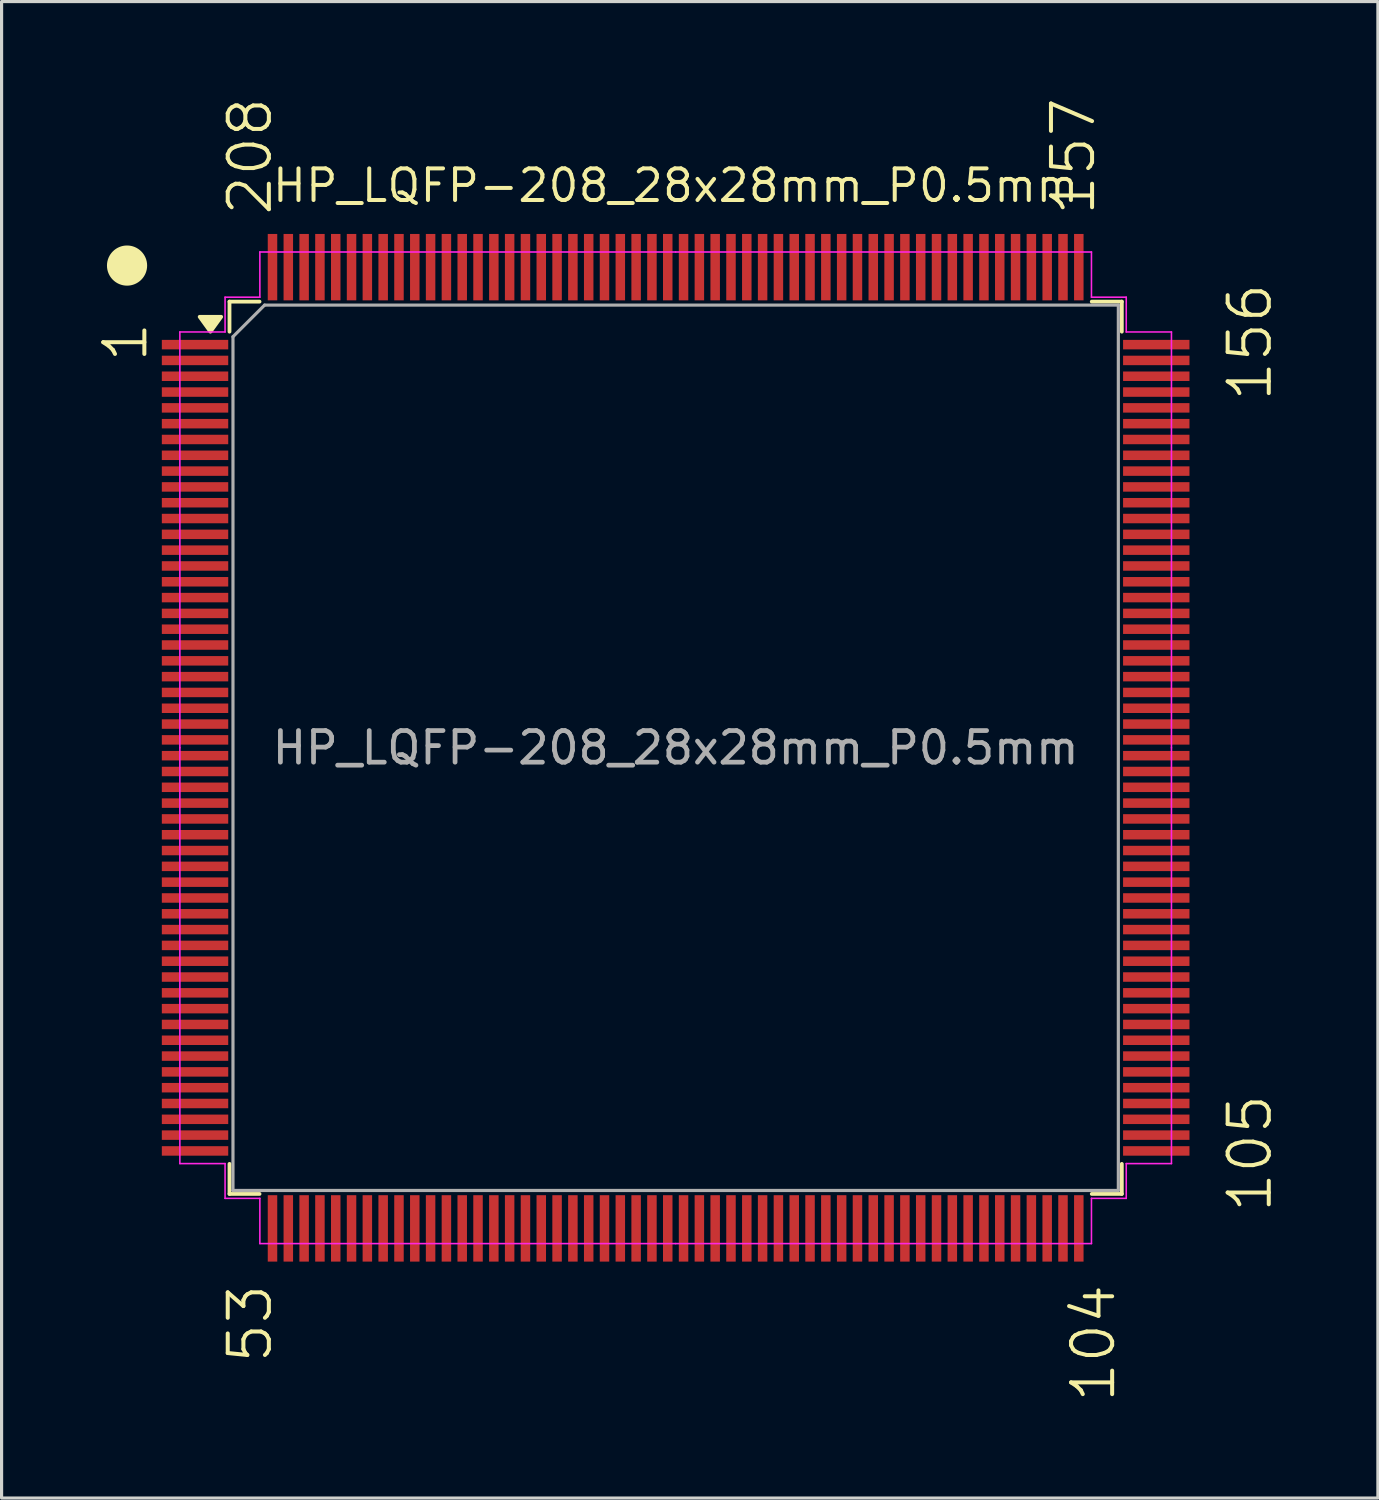
<source format=kicad_pcb>
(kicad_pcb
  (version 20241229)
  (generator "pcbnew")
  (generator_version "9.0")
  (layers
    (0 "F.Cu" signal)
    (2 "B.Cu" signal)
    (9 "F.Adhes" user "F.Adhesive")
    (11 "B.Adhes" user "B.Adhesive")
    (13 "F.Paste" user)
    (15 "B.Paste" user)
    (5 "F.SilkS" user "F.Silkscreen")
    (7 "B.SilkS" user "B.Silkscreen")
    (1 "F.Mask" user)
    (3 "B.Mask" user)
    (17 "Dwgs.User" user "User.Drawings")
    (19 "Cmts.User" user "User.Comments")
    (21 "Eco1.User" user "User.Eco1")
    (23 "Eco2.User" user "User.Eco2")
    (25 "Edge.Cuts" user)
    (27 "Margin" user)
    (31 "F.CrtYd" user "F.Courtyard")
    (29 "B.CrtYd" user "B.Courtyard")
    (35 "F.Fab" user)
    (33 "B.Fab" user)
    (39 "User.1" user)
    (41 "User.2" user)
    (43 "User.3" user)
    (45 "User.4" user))
  (footprint "HP_LQFP-208_28x28mm_P0.5mm"
    (layer "F.Cu")
    (at 18.318 20.599)
    (property "Reference" "HP_LQFP-208_28x28mm_P0.5mm" (at 0 -17.78 0) (layer "F.SilkS") (effects (font (size 1 1) (thickness 0.127))))
    (attr smd)
    (fp_line (start -14.11 -14.11) (end -14.11 -13.16) (stroke (width 0.12) (type solid)) (layer "F.SilkS"))
    (fp_line (start -14.11 14.11) (end -14.11 13.16) (stroke (width 0.12) (type solid)) (layer "F.SilkS"))
    (fp_line (start -13.16 -14.11) (end -14.11 -14.11) (stroke (width 0.12) (type solid)) (layer "F.SilkS"))
    (fp_line (start -13.16 14.11) (end -14.11 14.11) (stroke (width 0.12) (type solid)) (layer "F.SilkS"))
    (fp_line (start 13.16 -14.11) (end 14.11 -14.11) (stroke (width 0.12) (type solid)) (layer "F.SilkS"))
    (fp_line (start 13.16 14.11) (end 14.11 14.11) (stroke (width 0.12) (type solid)) (layer "F.SilkS"))
    (fp_line (start 14.11 -14.11) (end 14.11 -13.16) (stroke (width 0.12) (type solid)) (layer "F.SilkS"))
    (fp_line (start 14.11 14.11) (end 14.11 13.16) (stroke (width 0.12) (type solid)) (layer "F.SilkS"))
    (fp_circle (center -17.35 -15.25) (end -16.765 -15.25) (stroke (width 0.1) (type default)) (fill yes) (layer "F.SilkS"))
    (fp_poly (pts (xy -14.713 -13.16) (xy -15.053 -13.63) (xy -14.373 -13.63)) (stroke (width 0.12) (type solid)) (fill yes) (layer "F.SilkS"))
    (fp_line (start -15.68 -13.15) (end -15.68 0) (stroke (width 0.05) (type solid)) (layer "F.CrtYd"))
    (fp_line (start -15.68 13.15) (end -15.68 0) (stroke (width 0.05) (type solid)) (layer "F.CrtYd"))
    (fp_line (start -14.25 -14.25) (end -14.25 -13.15) (stroke (width 0.05) (type solid)) (layer "F.CrtYd"))
    (fp_line (start -14.25 -13.15) (end -15.68 -13.15) (stroke (width 0.05) (type solid)) (layer "F.CrtYd"))
    (fp_line (start -14.25 13.15) (end -15.68 13.15) (stroke (width 0.05) (type solid)) (layer "F.CrtYd"))
    (fp_line (start -14.25 14.25) (end -14.25 13.15) (stroke (width 0.05) (type solid)) (layer "F.CrtYd"))
    (fp_line (start -13.15 -15.68) (end -13.15 -14.25) (stroke (width 0.05) (type solid)) (layer "F.CrtYd"))
    (fp_line (start -13.15 -14.25) (end -14.25 -14.25) (stroke (width 0.05) (type solid)) (layer "F.CrtYd"))
    (fp_line (start -13.15 14.25) (end -14.25 14.25) (stroke (width 0.05) (type solid)) (layer "F.CrtYd"))
    (fp_line (start -13.15 15.68) (end -13.15 14.25) (stroke (width 0.05) (type solid)) (layer "F.CrtYd"))
    (fp_line (start 0 -15.68) (end -13.15 -15.68) (stroke (width 0.05) (type solid)) (layer "F.CrtYd"))
    (fp_line (start 0 -15.68) (end 13.15 -15.68) (stroke (width 0.05) (type solid)) (layer "F.CrtYd"))
    (fp_line (start 0 15.68) (end -13.15 15.68) (stroke (width 0.05) (type solid)) (layer "F.CrtYd"))
    (fp_line (start 0 15.68) (end 13.15 15.68) (stroke (width 0.05) (type solid)) (layer "F.CrtYd"))
    (fp_line (start 13.15 -15.68) (end 13.15 -14.25) (stroke (width 0.05) (type solid)) (layer "F.CrtYd"))
    (fp_line (start 13.15 -14.25) (end 14.25 -14.25) (stroke (width 0.05) (type solid)) (layer "F.CrtYd"))
    (fp_line (start 13.15 14.25) (end 14.25 14.25) (stroke (width 0.05) (type solid)) (layer "F.CrtYd"))
    (fp_line (start 13.15 15.68) (end 13.15 14.25) (stroke (width 0.05) (type solid)) (layer "F.CrtYd"))
    (fp_line (start 14.25 -14.25) (end 14.25 -13.15) (stroke (width 0.05) (type solid)) (layer "F.CrtYd"))
    (fp_line (start 14.25 -13.15) (end 15.68 -13.15) (stroke (width 0.05) (type solid)) (layer "F.CrtYd"))
    (fp_line (start 14.25 13.15) (end 15.68 13.15) (stroke (width 0.05) (type solid)) (layer "F.CrtYd"))
    (fp_line (start 14.25 14.25) (end 14.25 13.15) (stroke (width 0.05) (type solid)) (layer "F.CrtYd"))
    (fp_line (start 15.68 -13.15) (end 15.68 0) (stroke (width 0.05) (type solid)) (layer "F.CrtYd"))
    (fp_line (start 15.68 13.15) (end 15.68 0) (stroke (width 0.05) (type solid)) (layer "F.CrtYd"))
    (fp_line (start -14 -13) (end -13 -14) (stroke (width 0.1) (type solid)) (layer "F.Fab"))
    (fp_line (start -14 14) (end -14 -13) (stroke (width 0.1) (type solid)) (layer "F.Fab"))
    (fp_line (start -13 -14) (end 14 -14) (stroke (width 0.1) (type solid)) (layer "F.Fab"))
    (fp_line (start 14 -14) (end 14 14) (stroke (width 0.1) (type solid)) (layer "F.Fab"))
    (fp_line (start 14 14) (end -14 14) (stroke (width 0.1) (type solid)) (layer "F.Fab"))
    (fp_text user "53" (at -12.7 16.891 90) (unlocked yes) (layer "F.SilkS") (effects (font (size 1.3 1.3) (thickness 0.127)) (justify right bottom)))
    (fp_text user "105" (at 18.923 12.827 90) (unlocked yes) (layer "F.SilkS") (effects (font (size 1.3 1.3) (thickness 0.127)) (justify bottom)))
    (fp_text user "104" (at 13.97 16.891 90) (unlocked yes) (layer "F.SilkS") (effects (font (size 1.3 1.3) (thickness 0.127)) (justify right bottom)))
    (fp_text user "208" (at -12.7 -16.764 90) (unlocked yes) (layer "F.SilkS") (effects (font (size 1.3 1.3) (thickness 0.127)) (justify left bottom)))
    (fp_text user "156" (at 18.923 -12.827 90) (unlocked yes) (layer "F.SilkS") (effects (font (size 1.3 1.3) (thickness 0.127)) (justify bottom)))
    (fp_text user "1" (at -16.637 -12.827 90) (unlocked yes) (layer "F.SilkS") (effects (font (size 1.3 1.3) (thickness 0.127)) (justify bottom)))
    (fp_text user "157" (at 13.335 -16.764 90) (unlocked yes) (layer "F.SilkS") (effects (font (size 1.3 1.3) (thickness 0.127)) (justify left bottom)))
    (fp_text user "${REFERENCE}" (at 0 0 0) (layer "F.Fab") (effects (font (size 1 1) (thickness 0.15))))
    (pad "1" smd rect (at -15.2 -12.75) (size 2.1 0.3) (layers "F.Cu" "F.Mask" "F.Paste"))
    (pad "2" smd rect (at -15.2 -12.25) (size 2.1 0.3) (layers "F.Cu" "F.Mask" "F.Paste"))
    (pad "3" smd rect (at -15.2 -11.75) (size 2.1 0.3) (layers "F.Cu" "F.Mask" "F.Paste"))
    (pad "4" smd rect (at -15.2 -11.25) (size 2.1 0.3) (layers "F.Cu" "F.Mask" "F.Paste"))
    (pad "5" smd rect (at -15.2 -10.75) (size 2.1 0.3) (layers "F.Cu" "F.Mask" "F.Paste"))
    (pad "6" smd rect (at -15.2 -10.25) (size 2.1 0.3) (layers "F.Cu" "F.Mask" "F.Paste"))
    (pad "7" smd rect (at -15.2 -9.75) (size 2.1 0.3) (layers "F.Cu" "F.Mask" "F.Paste"))
    (pad "8" smd rect (at -15.2 -9.25) (size 2.1 0.3) (layers "F.Cu" "F.Mask" "F.Paste"))
    (pad "9" smd rect (at -15.2 -8.75) (size 2.1 0.3) (layers "F.Cu" "F.Mask" "F.Paste"))
    (pad "10" smd rect (at -15.2 -8.25) (size 2.1 0.3) (layers "F.Cu" "F.Mask" "F.Paste"))
    (pad "11" smd rect (at -15.2 -7.75) (size 2.1 0.3) (layers "F.Cu" "F.Mask" "F.Paste"))
    (pad "12" smd rect (at -15.2 -7.25) (size 2.1 0.3) (layers "F.Cu" "F.Mask" "F.Paste"))
    (pad "13" smd rect (at -15.2 -6.75) (size 2.1 0.3) (layers "F.Cu" "F.Mask" "F.Paste"))
    (pad "14" smd rect (at -15.2 -6.25) (size 2.1 0.3) (layers "F.Cu" "F.Mask" "F.Paste"))
    (pad "15" smd rect (at -15.2 -5.75) (size 2.1 0.3) (layers "F.Cu" "F.Mask" "F.Paste"))
    (pad "16" smd rect (at -15.2 -5.25) (size 2.1 0.3) (layers "F.Cu" "F.Mask" "F.Paste"))
    (pad "17" smd rect (at -15.2 -4.75) (size 2.1 0.3) (layers "F.Cu" "F.Mask" "F.Paste"))
    (pad "18" smd rect (at -15.2 -4.25) (size 2.1 0.3) (layers "F.Cu" "F.Mask" "F.Paste"))
    (pad "19" smd rect (at -15.2 -3.75) (size 2.1 0.3) (layers "F.Cu" "F.Mask" "F.Paste"))
    (pad "20" smd rect (at -15.2 -3.25) (size 2.1 0.3) (layers "F.Cu" "F.Mask" "F.Paste"))
    (pad "21" smd rect (at -15.2 -2.75) (size 2.1 0.3) (layers "F.Cu" "F.Mask" "F.Paste"))
    (pad "22" smd rect (at -15.2 -2.25) (size 2.1 0.3) (layers "F.Cu" "F.Mask" "F.Paste"))
    (pad "23" smd rect (at -15.2 -1.75) (size 2.1 0.3) (layers "F.Cu" "F.Mask" "F.Paste"))
    (pad "24" smd rect (at -15.2 -1.25) (size 2.1 0.3) (layers "F.Cu" "F.Mask" "F.Paste"))
    (pad "25" smd rect (at -15.2 -0.75) (size 2.1 0.3) (layers "F.Cu" "F.Mask" "F.Paste"))
    (pad "26" smd rect (at -15.2 -0.25) (size 2.1 0.3) (layers "F.Cu" "F.Mask" "F.Paste"))
    (pad "27" smd rect (at -15.2 0.25) (size 2.1 0.3) (layers "F.Cu" "F.Mask" "F.Paste"))
    (pad "28" smd rect (at -15.2 0.75) (size 2.1 0.3) (layers "F.Cu" "F.Mask" "F.Paste"))
    (pad "29" smd rect (at -15.2 1.25) (size 2.1 0.3) (layers "F.Cu" "F.Mask" "F.Paste"))
    (pad "30" smd rect (at -15.2 1.75) (size 2.1 0.3) (layers "F.Cu" "F.Mask" "F.Paste"))
    (pad "31" smd rect (at -15.2 2.25) (size 2.1 0.3) (layers "F.Cu" "F.Mask" "F.Paste"))
    (pad "32" smd rect (at -15.2 2.75) (size 2.1 0.3) (layers "F.Cu" "F.Mask" "F.Paste"))
    (pad "33" smd rect (at -15.2 3.25) (size 2.1 0.3) (layers "F.Cu" "F.Mask" "F.Paste"))
    (pad "34" smd rect (at -15.2 3.75) (size 2.1 0.3) (layers "F.Cu" "F.Mask" "F.Paste"))
    (pad "35" smd rect (at -15.2 4.25) (size 2.1 0.3) (layers "F.Cu" "F.Mask" "F.Paste"))
    (pad "36" smd rect (at -15.2 4.75) (size 2.1 0.3) (layers "F.Cu" "F.Mask" "F.Paste"))
    (pad "37" smd rect (at -15.2 5.25) (size 2.1 0.3) (layers "F.Cu" "F.Mask" "F.Paste"))
    (pad "38" smd rect (at -15.2 5.75) (size 2.1 0.3) (layers "F.Cu" "F.Mask" "F.Paste"))
    (pad "39" smd rect (at -15.2 6.25) (size 2.1 0.3) (layers "F.Cu" "F.Mask" "F.Paste"))
    (pad "40" smd rect (at -15.2 6.75) (size 2.1 0.3) (layers "F.Cu" "F.Mask" "F.Paste"))
    (pad "41" smd rect (at -15.2 7.25) (size 2.1 0.3) (layers "F.Cu" "F.Mask" "F.Paste"))
    (pad "42" smd rect (at -15.2 7.75) (size 2.1 0.3) (layers "F.Cu" "F.Mask" "F.Paste"))
    (pad "43" smd rect (at -15.2 8.25) (size 2.1 0.3) (layers "F.Cu" "F.Mask" "F.Paste"))
    (pad "44" smd rect (at -15.2 8.75) (size 2.1 0.3) (layers "F.Cu" "F.Mask" "F.Paste"))
    (pad "45" smd rect (at -15.2 9.25) (size 2.1 0.3) (layers "F.Cu" "F.Mask" "F.Paste"))
    (pad "46" smd rect (at -15.2 9.75) (size 2.1 0.3) (layers "F.Cu" "F.Mask" "F.Paste"))
    (pad "47" smd rect (at -15.2 10.25) (size 2.1 0.3) (layers "F.Cu" "F.Mask" "F.Paste"))
    (pad "48" smd rect (at -15.2 10.75) (size 2.1 0.3) (layers "F.Cu" "F.Mask" "F.Paste"))
    (pad "49" smd rect (at -15.2 11.25) (size 2.1 0.3) (layers "F.Cu" "F.Mask" "F.Paste"))
    (pad "50" smd rect (at -15.2 11.75) (size 2.1 0.3) (layers "F.Cu" "F.Mask" "F.Paste"))
    (pad "51" smd rect (at -15.2 12.25) (size 2.1 0.3) (layers "F.Cu" "F.Mask" "F.Paste"))
    (pad "52" smd rect (at -15.2 12.75) (size 2.1 0.3) (layers "F.Cu" "F.Mask" "F.Paste"))
    (pad "53" smd rect (at -12.75 15.2) (size 0.3 2.1) (layers "F.Cu" "F.Mask" "F.Paste"))
    (pad "54" smd rect (at -12.25 15.2) (size 0.3 2.1) (layers "F.Cu" "F.Mask" "F.Paste"))
    (pad "55" smd rect (at -11.75 15.2) (size 0.3 2.1) (layers "F.Cu" "F.Mask" "F.Paste"))
    (pad "56" smd rect (at -11.25 15.2) (size 0.3 2.1) (layers "F.Cu" "F.Mask" "F.Paste"))
    (pad "57" smd rect (at -10.75 15.2) (size 0.3 2.1) (layers "F.Cu" "F.Mask" "F.Paste"))
    (pad "58" smd rect (at -10.25 15.2) (size 0.3 2.1) (layers "F.Cu" "F.Mask" "F.Paste"))
    (pad "59" smd rect (at -9.75 15.2) (size 0.3 2.1) (layers "F.Cu" "F.Mask" "F.Paste"))
    (pad "60" smd rect (at -9.25 15.2) (size 0.3 2.1) (layers "F.Cu" "F.Mask" "F.Paste"))
    (pad "61" smd rect (at -8.75 15.2) (size 0.3 2.1) (layers "F.Cu" "F.Mask" "F.Paste"))
    (pad "62" smd rect (at -8.25 15.2) (size 0.3 2.1) (layers "F.Cu" "F.Mask" "F.Paste"))
    (pad "63" smd rect (at -7.75 15.2) (size 0.3 2.1) (layers "F.Cu" "F.Mask" "F.Paste"))
    (pad "64" smd rect (at -7.25 15.2) (size 0.3 2.1) (layers "F.Cu" "F.Mask" "F.Paste"))
    (pad "65" smd rect (at -6.75 15.2) (size 0.3 2.1) (layers "F.Cu" "F.Mask" "F.Paste"))
    (pad "66" smd rect (at -6.25 15.2) (size 0.3 2.1) (layers "F.Cu" "F.Mask" "F.Paste"))
    (pad "67" smd rect (at -5.75 15.2) (size 0.3 2.1) (layers "F.Cu" "F.Mask" "F.Paste"))
    (pad "68" smd rect (at -5.25 15.2) (size 0.3 2.1) (layers "F.Cu" "F.Mask" "F.Paste"))
    (pad "69" smd rect (at -4.75 15.2) (size 0.3 2.1) (layers "F.Cu" "F.Mask" "F.Paste"))
    (pad "70" smd rect (at -4.25 15.2) (size 0.3 2.1) (layers "F.Cu" "F.Mask" "F.Paste"))
    (pad "71" smd rect (at -3.75 15.2) (size 0.3 2.1) (layers "F.Cu" "F.Mask" "F.Paste"))
    (pad "72" smd rect (at -3.25 15.2) (size 0.3 2.1) (layers "F.Cu" "F.Mask" "F.Paste"))
    (pad "73" smd rect (at -2.75 15.2) (size 0.3 2.1) (layers "F.Cu" "F.Mask" "F.Paste"))
    (pad "74" smd rect (at -2.25 15.2) (size 0.3 2.1) (layers "F.Cu" "F.Mask" "F.Paste"))
    (pad "75" smd rect (at -1.75 15.2) (size 0.3 2.1) (layers "F.Cu" "F.Mask" "F.Paste"))
    (pad "76" smd rect (at -1.25 15.2) (size 0.3 2.1) (layers "F.Cu" "F.Mask" "F.Paste"))
    (pad "77" smd rect (at -0.75 15.2) (size 0.3 2.1) (layers "F.Cu" "F.Mask" "F.Paste"))
    (pad "78" smd rect (at -0.25 15.2) (size 0.3 2.1) (layers "F.Cu" "F.Mask" "F.Paste"))
    (pad "79" smd rect (at 0.25 15.2) (size 0.3 2.1) (layers "F.Cu" "F.Mask" "F.Paste"))
    (pad "80" smd rect (at 0.75 15.2) (size 0.3 2.1) (layers "F.Cu" "F.Mask" "F.Paste"))
    (pad "81" smd rect (at 1.25 15.2) (size 0.3 2.1) (layers "F.Cu" "F.Mask" "F.Paste"))
    (pad "82" smd rect (at 1.75 15.2) (size 0.3 2.1) (layers "F.Cu" "F.Mask" "F.Paste"))
    (pad "83" smd rect (at 2.25 15.2) (size 0.3 2.1) (layers "F.Cu" "F.Mask" "F.Paste"))
    (pad "84" smd rect (at 2.75 15.2) (size 0.3 2.1) (layers "F.Cu" "F.Mask" "F.Paste"))
    (pad "85" smd rect (at 3.25 15.2) (size 0.3 2.1) (layers "F.Cu" "F.Mask" "F.Paste"))
    (pad "86" smd rect (at 3.75 15.2) (size 0.3 2.1) (layers "F.Cu" "F.Mask" "F.Paste"))
    (pad "87" smd rect (at 4.25 15.2) (size 0.3 2.1) (layers "F.Cu" "F.Mask" "F.Paste"))
    (pad "88" smd rect (at 4.75 15.2) (size 0.3 2.1) (layers "F.Cu" "F.Mask" "F.Paste"))
    (pad "89" smd rect (at 5.25 15.2) (size 0.3 2.1) (layers "F.Cu" "F.Mask" "F.Paste"))
    (pad "90" smd rect (at 5.75 15.2) (size 0.3 2.1) (layers "F.Cu" "F.Mask" "F.Paste"))
    (pad "91" smd rect (at 6.25 15.2) (size 0.3 2.1) (layers "F.Cu" "F.Mask" "F.Paste"))
    (pad "92" smd rect (at 6.75 15.2) (size 0.3 2.1) (layers "F.Cu" "F.Mask" "F.Paste"))
    (pad "93" smd rect (at 7.25 15.2) (size 0.3 2.1) (layers "F.Cu" "F.Mask" "F.Paste"))
    (pad "94" smd rect (at 7.75 15.2) (size 0.3 2.1) (layers "F.Cu" "F.Mask" "F.Paste"))
    (pad "95" smd rect (at 8.25 15.2) (size 0.3 2.1) (layers "F.Cu" "F.Mask" "F.Paste"))
    (pad "96" smd rect (at 8.75 15.2) (size 0.3 2.1) (layers "F.Cu" "F.Mask" "F.Paste"))
    (pad "97" smd rect (at 9.25 15.2) (size 0.3 2.1) (layers "F.Cu" "F.Mask" "F.Paste"))
    (pad "98" smd rect (at 9.75 15.2) (size 0.3 2.1) (layers "F.Cu" "F.Mask" "F.Paste"))
    (pad "99" smd rect (at 10.25 15.2) (size 0.3 2.1) (layers "F.Cu" "F.Mask" "F.Paste"))
    (pad "100" smd rect (at 10.75 15.2) (size 0.3 2.1) (layers "F.Cu" "F.Mask" "F.Paste"))
    (pad "101" smd rect (at 11.25 15.2) (size 0.3 2.1) (layers "F.Cu" "F.Mask" "F.Paste"))
    (pad "102" smd rect (at 11.75 15.2) (size 0.3 2.1) (layers "F.Cu" "F.Mask" "F.Paste"))
    (pad "103" smd rect (at 12.25 15.2) (size 0.3 2.1) (layers "F.Cu" "F.Mask" "F.Paste"))
    (pad "104" smd rect (at 12.75 15.2) (size 0.3 2.1) (layers "F.Cu" "F.Mask" "F.Paste"))
    (pad "105" smd rect (at 15.2 12.75) (size 2.1 0.3) (layers "F.Cu" "F.Mask" "F.Paste"))
    (pad "106" smd rect (at 15.2 12.25) (size 2.1 0.3) (layers "F.Cu" "F.Mask" "F.Paste"))
    (pad "107" smd rect (at 15.2 11.75) (size 2.1 0.3) (layers "F.Cu" "F.Mask" "F.Paste"))
    (pad "108" smd rect (at 15.2 11.25) (size 2.1 0.3) (layers "F.Cu" "F.Mask" "F.Paste"))
    (pad "109" smd rect (at 15.2 10.75) (size 2.1 0.3) (layers "F.Cu" "F.Mask" "F.Paste"))
    (pad "110" smd rect (at 15.2 10.25) (size 2.1 0.3) (layers "F.Cu" "F.Mask" "F.Paste"))
    (pad "111" smd rect (at 15.2 9.75) (size 2.1 0.3) (layers "F.Cu" "F.Mask" "F.Paste"))
    (pad "112" smd rect (at 15.2 9.25) (size 2.1 0.3) (layers "F.Cu" "F.Mask" "F.Paste"))
    (pad "113" smd rect (at 15.2 8.75) (size 2.1 0.3) (layers "F.Cu" "F.Mask" "F.Paste"))
    (pad "114" smd rect (at 15.2 8.25) (size 2.1 0.3) (layers "F.Cu" "F.Mask" "F.Paste"))
    (pad "115" smd rect (at 15.2 7.75) (size 2.1 0.3) (layers "F.Cu" "F.Mask" "F.Paste"))
    (pad "116" smd rect (at 15.2 7.25) (size 2.1 0.3) (layers "F.Cu" "F.Mask" "F.Paste"))
    (pad "117" smd rect (at 15.2 6.75) (size 2.1 0.3) (layers "F.Cu" "F.Mask" "F.Paste"))
    (pad "118" smd rect (at 15.2 6.25) (size 2.1 0.3) (layers "F.Cu" "F.Mask" "F.Paste"))
    (pad "119" smd rect (at 15.2 5.75) (size 2.1 0.3) (layers "F.Cu" "F.Mask" "F.Paste"))
    (pad "120" smd rect (at 15.2 5.25) (size 2.1 0.3) (layers "F.Cu" "F.Mask" "F.Paste"))
    (pad "121" smd rect (at 15.2 4.75) (size 2.1 0.3) (layers "F.Cu" "F.Mask" "F.Paste"))
    (pad "122" smd rect (at 15.2 4.25) (size 2.1 0.3) (layers "F.Cu" "F.Mask" "F.Paste"))
    (pad "123" smd rect (at 15.2 3.75) (size 2.1 0.3) (layers "F.Cu" "F.Mask" "F.Paste"))
    (pad "124" smd rect (at 15.2 3.25) (size 2.1 0.3) (layers "F.Cu" "F.Mask" "F.Paste"))
    (pad "125" smd rect (at 15.2 2.75) (size 2.1 0.3) (layers "F.Cu" "F.Mask" "F.Paste"))
    (pad "126" smd rect (at 15.2 2.25) (size 2.1 0.3) (layers "F.Cu" "F.Mask" "F.Paste"))
    (pad "127" smd rect (at 15.2 1.75) (size 2.1 0.3) (layers "F.Cu" "F.Mask" "F.Paste"))
    (pad "128" smd rect (at 15.2 1.25) (size 2.1 0.3) (layers "F.Cu" "F.Mask" "F.Paste"))
    (pad "129" smd rect (at 15.2 0.75) (size 2.1 0.3) (layers "F.Cu" "F.Mask" "F.Paste"))
    (pad "130" smd rect (at 15.2 0.25) (size 2.1 0.3) (layers "F.Cu" "F.Mask" "F.Paste"))
    (pad "131" smd rect (at 15.2 -0.25) (size 2.1 0.3) (layers "F.Cu" "F.Mask" "F.Paste"))
    (pad "132" smd rect (at 15.2 -0.75) (size 2.1 0.3) (layers "F.Cu" "F.Mask" "F.Paste"))
    (pad "133" smd rect (at 15.2 -1.25) (size 2.1 0.3) (layers "F.Cu" "F.Mask" "F.Paste"))
    (pad "134" smd rect (at 15.2 -1.75) (size 2.1 0.3) (layers "F.Cu" "F.Mask" "F.Paste"))
    (pad "135" smd rect (at 15.2 -2.25) (size 2.1 0.3) (layers "F.Cu" "F.Mask" "F.Paste"))
    (pad "136" smd rect (at 15.2 -2.75) (size 2.1 0.3) (layers "F.Cu" "F.Mask" "F.Paste"))
    (pad "137" smd rect (at 15.2 -3.25) (size 2.1 0.3) (layers "F.Cu" "F.Mask" "F.Paste"))
    (pad "138" smd rect (at 15.2 -3.75) (size 2.1 0.3) (layers "F.Cu" "F.Mask" "F.Paste"))
    (pad "139" smd rect (at 15.2 -4.25) (size 2.1 0.3) (layers "F.Cu" "F.Mask" "F.Paste"))
    (pad "140" smd rect (at 15.2 -4.75) (size 2.1 0.3) (layers "F.Cu" "F.Mask" "F.Paste"))
    (pad "141" smd rect (at 15.2 -5.25) (size 2.1 0.3) (layers "F.Cu" "F.Mask" "F.Paste"))
    (pad "142" smd rect (at 15.2 -5.75) (size 2.1 0.3) (layers "F.Cu" "F.Mask" "F.Paste"))
    (pad "143" smd rect (at 15.2 -6.25) (size 2.1 0.3) (layers "F.Cu" "F.Mask" "F.Paste"))
    (pad "144" smd rect (at 15.2 -6.75) (size 2.1 0.3) (layers "F.Cu" "F.Mask" "F.Paste"))
    (pad "145" smd rect (at 15.2 -7.25) (size 2.1 0.3) (layers "F.Cu" "F.Mask" "F.Paste"))
    (pad "146" smd rect (at 15.2 -7.75) (size 2.1 0.3) (layers "F.Cu" "F.Mask" "F.Paste"))
    (pad "147" smd rect (at 15.2 -8.25) (size 2.1 0.3) (layers "F.Cu" "F.Mask" "F.Paste"))
    (pad "148" smd rect (at 15.2 -8.75) (size 2.1 0.3) (layers "F.Cu" "F.Mask" "F.Paste"))
    (pad "149" smd rect (at 15.2 -9.25) (size 2.1 0.3) (layers "F.Cu" "F.Mask" "F.Paste"))
    (pad "150" smd rect (at 15.2 -9.75) (size 2.1 0.3) (layers "F.Cu" "F.Mask" "F.Paste"))
    (pad "151" smd rect (at 15.2 -10.25) (size 2.1 0.3) (layers "F.Cu" "F.Mask" "F.Paste"))
    (pad "152" smd rect (at 15.2 -10.75) (size 2.1 0.3) (layers "F.Cu" "F.Mask" "F.Paste"))
    (pad "153" smd rect (at 15.2 -11.25) (size 2.1 0.3) (layers "F.Cu" "F.Mask" "F.Paste"))
    (pad "154" smd rect (at 15.2 -11.75) (size 2.1 0.3) (layers "F.Cu" "F.Mask" "F.Paste"))
    (pad "155" smd rect (at 15.2 -12.25) (size 2.1 0.3) (layers "F.Cu" "F.Mask" "F.Paste"))
    (pad "156" smd rect (at 15.2 -12.75) (size 2.1 0.3) (layers "F.Cu" "F.Mask" "F.Paste"))
    (pad "157" smd rect (at 12.75 -15.2) (size 0.3 2.1) (layers "F.Cu" "F.Mask" "F.Paste"))
    (pad "158" smd rect (at 12.25 -15.2) (size 0.3 2.1) (layers "F.Cu" "F.Mask" "F.Paste"))
    (pad "159" smd rect (at 11.75 -15.2) (size 0.3 2.1) (layers "F.Cu" "F.Mask" "F.Paste"))
    (pad "160" smd rect (at 11.25 -15.2) (size 0.3 2.1) (layers "F.Cu" "F.Mask" "F.Paste"))
    (pad "161" smd rect (at 10.75 -15.2) (size 0.3 2.1) (layers "F.Cu" "F.Mask" "F.Paste"))
    (pad "162" smd rect (at 10.25 -15.2) (size 0.3 2.1) (layers "F.Cu" "F.Mask" "F.Paste"))
    (pad "163" smd rect (at 9.75 -15.2) (size 0.3 2.1) (layers "F.Cu" "F.Mask" "F.Paste"))
    (pad "164" smd rect (at 9.25 -15.2) (size 0.3 2.1) (layers "F.Cu" "F.Mask" "F.Paste"))
    (pad "165" smd rect (at 8.75 -15.2) (size 0.3 2.1) (layers "F.Cu" "F.Mask" "F.Paste"))
    (pad "166" smd rect (at 8.25 -15.2) (size 0.3 2.1) (layers "F.Cu" "F.Mask" "F.Paste"))
    (pad "167" smd rect (at 7.75 -15.2) (size 0.3 2.1) (layers "F.Cu" "F.Mask" "F.Paste"))
    (pad "168" smd rect (at 7.25 -15.2) (size 0.3 2.1) (layers "F.Cu" "F.Mask" "F.Paste"))
    (pad "169" smd rect (at 6.75 -15.2) (size 0.3 2.1) (layers "F.Cu" "F.Mask" "F.Paste"))
    (pad "170" smd rect (at 6.25 -15.2) (size 0.3 2.1) (layers "F.Cu" "F.Mask" "F.Paste"))
    (pad "171" smd rect (at 5.75 -15.2) (size 0.3 2.1) (layers "F.Cu" "F.Mask" "F.Paste"))
    (pad "172" smd rect (at 5.25 -15.2) (size 0.3 2.1) (layers "F.Cu" "F.Mask" "F.Paste"))
    (pad "173" smd rect (at 4.75 -15.2) (size 0.3 2.1) (layers "F.Cu" "F.Mask" "F.Paste"))
    (pad "174" smd rect (at 4.25 -15.2) (size 0.3 2.1) (layers "F.Cu" "F.Mask" "F.Paste"))
    (pad "175" smd rect (at 3.75 -15.2) (size 0.3 2.1) (layers "F.Cu" "F.Mask" "F.Paste"))
    (pad "176" smd rect (at 3.25 -15.2) (size 0.3 2.1) (layers "F.Cu" "F.Mask" "F.Paste"))
    (pad "177" smd rect (at 2.75 -15.2) (size 0.3 2.1) (layers "F.Cu" "F.Mask" "F.Paste"))
    (pad "178" smd rect (at 2.25 -15.2) (size 0.3 2.1) (layers "F.Cu" "F.Mask" "F.Paste"))
    (pad "179" smd rect (at 1.75 -15.2) (size 0.3 2.1) (layers "F.Cu" "F.Mask" "F.Paste"))
    (pad "180" smd rect (at 1.25 -15.2) (size 0.3 2.1) (layers "F.Cu" "F.Mask" "F.Paste"))
    (pad "181" smd rect (at 0.75 -15.2) (size 0.3 2.1) (layers "F.Cu" "F.Mask" "F.Paste"))
    (pad "182" smd rect (at 0.25 -15.2) (size 0.3 2.1) (layers "F.Cu" "F.Mask" "F.Paste"))
    (pad "183" smd rect (at -0.25 -15.2) (size 0.3 2.1) (layers "F.Cu" "F.Mask" "F.Paste"))
    (pad "184" smd rect (at -0.75 -15.2) (size 0.3 2.1) (layers "F.Cu" "F.Mask" "F.Paste"))
    (pad "185" smd rect (at -1.25 -15.2) (size 0.3 2.1) (layers "F.Cu" "F.Mask" "F.Paste"))
    (pad "186" smd rect (at -1.75 -15.2) (size 0.3 2.1) (layers "F.Cu" "F.Mask" "F.Paste"))
    (pad "187" smd rect (at -2.25 -15.2) (size 0.3 2.1) (layers "F.Cu" "F.Mask" "F.Paste"))
    (pad "188" smd rect (at -2.75 -15.2) (size 0.3 2.1) (layers "F.Cu" "F.Mask" "F.Paste"))
    (pad "189" smd rect (at -3.25 -15.2) (size 0.3 2.1) (layers "F.Cu" "F.Mask" "F.Paste"))
    (pad "190" smd rect (at -3.75 -15.2) (size 0.3 2.1) (layers "F.Cu" "F.Mask" "F.Paste"))
    (pad "191" smd rect (at -4.25 -15.2) (size 0.3 2.1) (layers "F.Cu" "F.Mask" "F.Paste"))
    (pad "192" smd rect (at -4.75 -15.2) (size 0.3 2.1) (layers "F.Cu" "F.Mask" "F.Paste"))
    (pad "193" smd rect (at -5.25 -15.2) (size 0.3 2.1) (layers "F.Cu" "F.Mask" "F.Paste"))
    (pad "194" smd rect (at -5.75 -15.2) (size 0.3 2.1) (layers "F.Cu" "F.Mask" "F.Paste"))
    (pad "195" smd rect (at -6.25 -15.2) (size 0.3 2.1) (layers "F.Cu" "F.Mask" "F.Paste"))
    (pad "196" smd rect (at -6.75 -15.2) (size 0.3 2.1) (layers "F.Cu" "F.Mask" "F.Paste"))
    (pad "197" smd rect (at -7.25 -15.2) (size 0.3 2.1) (layers "F.Cu" "F.Mask" "F.Paste"))
    (pad "198" smd rect (at -7.75 -15.2) (size 0.3 2.1) (layers "F.Cu" "F.Mask" "F.Paste"))
    (pad "199" smd rect (at -8.25 -15.2) (size 0.3 2.1) (layers "F.Cu" "F.Mask" "F.Paste"))
    (pad "200" smd rect (at -8.75 -15.2) (size 0.3 2.1) (layers "F.Cu" "F.Mask" "F.Paste"))
    (pad "201" smd rect (at -9.25 -15.2) (size 0.3 2.1) (layers "F.Cu" "F.Mask" "F.Paste"))
    (pad "202" smd rect (at -9.75 -15.2) (size 0.3 2.1) (layers "F.Cu" "F.Mask" "F.Paste"))
    (pad "203" smd rect (at -10.25 -15.2) (size 0.3 2.1) (layers "F.Cu" "F.Mask" "F.Paste"))
    (pad "204" smd rect (at -10.75 -15.2) (size 0.3 2.1) (layers "F.Cu" "F.Mask" "F.Paste"))
    (pad "205" smd rect (at -11.25 -15.2) (size 0.3 2.1) (layers "F.Cu" "F.Mask" "F.Paste"))
    (pad "206" smd rect (at -11.75 -15.2) (size 0.3 2.1) (layers "F.Cu" "F.Mask" "F.Paste"))
    (pad "207" smd rect (at -12.25 -15.2) (size 0.3 2.1) (layers "F.Cu" "F.Mask" "F.Paste"))
    (pad "208" smd rect (at -12.75 -15.2) (size 0.3 2.1) (layers "F.Cu" "F.Mask" "F.Paste")))
  (gr_rect
    (start -3 -3)
    (end 40.527 44.326)
    (stroke (width 0.1) (type default))
    (fill no)
    (layer "Edge.Cuts")))
</source>
